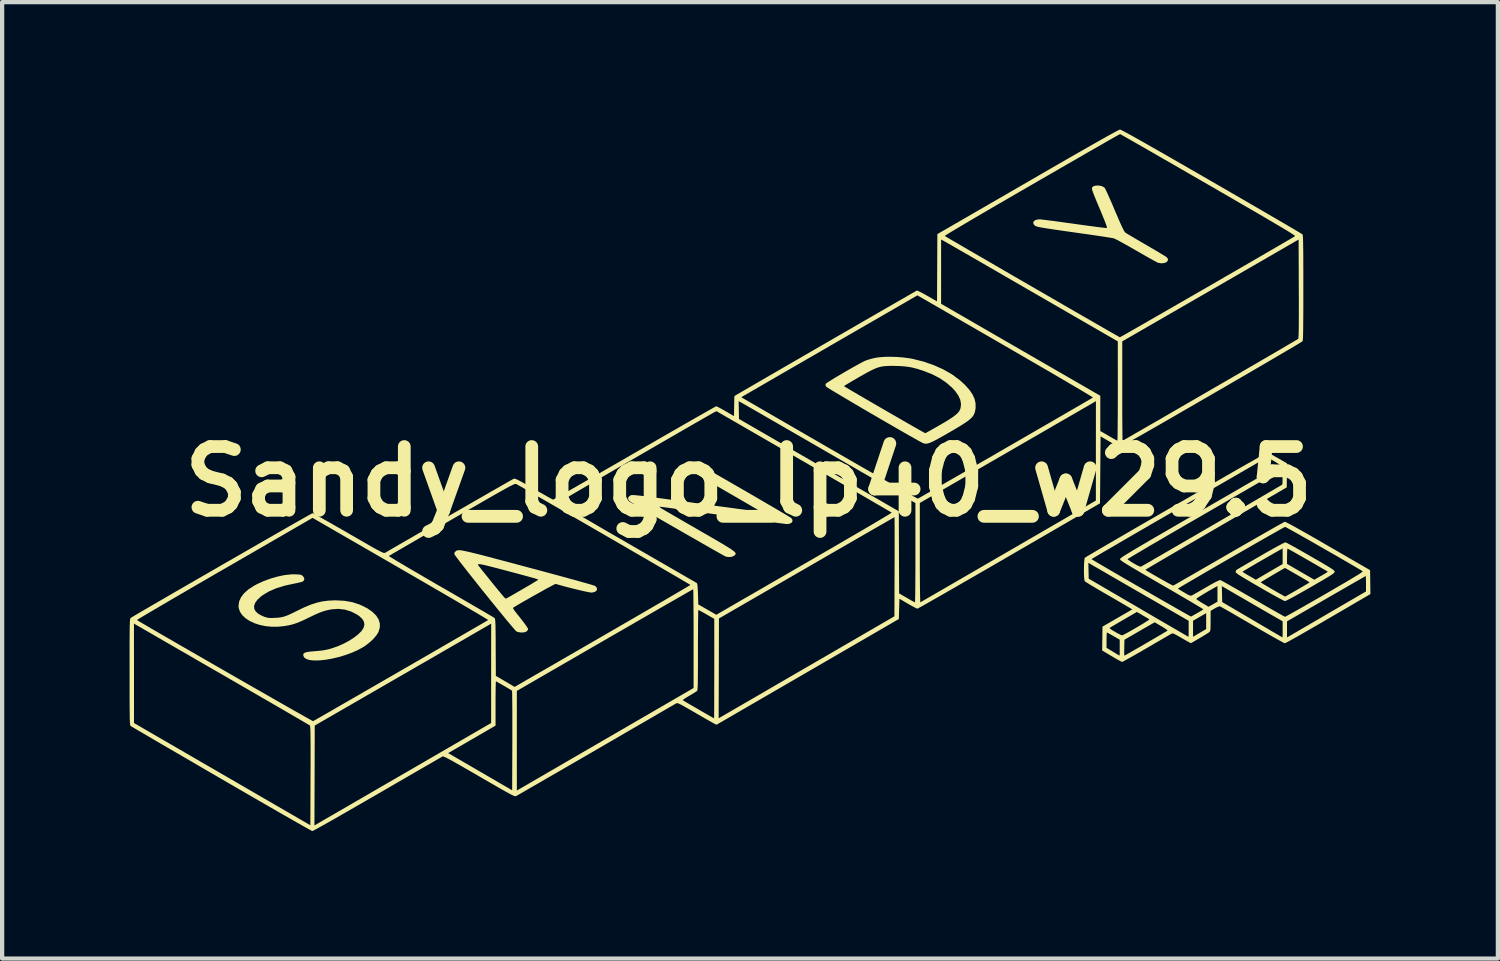
<source format=kicad_pcb>
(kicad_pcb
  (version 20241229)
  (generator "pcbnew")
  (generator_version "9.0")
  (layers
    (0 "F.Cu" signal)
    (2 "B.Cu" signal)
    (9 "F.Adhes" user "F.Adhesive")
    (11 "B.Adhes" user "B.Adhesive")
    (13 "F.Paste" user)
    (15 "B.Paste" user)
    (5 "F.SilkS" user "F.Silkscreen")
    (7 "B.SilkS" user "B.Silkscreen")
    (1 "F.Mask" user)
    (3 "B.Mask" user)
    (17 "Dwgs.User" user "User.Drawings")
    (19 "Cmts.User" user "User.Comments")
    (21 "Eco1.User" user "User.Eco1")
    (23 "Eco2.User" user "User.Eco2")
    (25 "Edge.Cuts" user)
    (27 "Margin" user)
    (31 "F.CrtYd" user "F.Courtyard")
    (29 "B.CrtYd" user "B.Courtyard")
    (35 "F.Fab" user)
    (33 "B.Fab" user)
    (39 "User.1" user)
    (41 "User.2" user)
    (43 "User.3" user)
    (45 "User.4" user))
  (footprint "Sandy_logo_lp40_w29.5"
    (layer "F.Cu")
    (at 14.573 8.282)
    (property "Reference" "Sandy_logo_lp40_w29.5" (at 0 0 0) (layer "F.SilkS") (effects (font (size 1.5 1.5) (thickness 0.3))))
    (attr board_only exclude_from_pos_files exclude_from_bom)
    (fp_poly (pts (xy 8.284 -6.958) (xy 8.339 -6.939) (xy 8.376 -6.913) (xy 8.389 -6.892) (xy 8.411 -6.847) (xy 8.442 -6.782) (xy 8.479 -6.699) (xy 8.522 -6.602) (xy 8.569 -6.495) (xy 8.614 -6.386) (xy 8.68 -6.233) (xy 8.734 -6.107) (xy 8.779 -6.008) (xy 8.815 -5.934) (xy 8.841 -5.886) (xy 8.858 -5.863) (xy 8.858 -5.863) (xy 8.879 -5.848) (xy 8.923 -5.821) (xy 8.985 -5.784) (xy 9.064 -5.737) (xy 9.155 -5.683) (xy 9.257 -5.624) (xy 9.353 -5.568) (xy 9.459 -5.506) (xy 9.559 -5.448) (xy 9.648 -5.395) (xy 9.724 -5.349) (xy 9.784 -5.313) (xy 9.823 -5.288) (xy 9.839 -5.277) (xy 9.866 -5.239) (xy 9.867 -5.204) (xy 9.846 -5.174) (xy 9.809 -5.15) (xy 9.759 -5.137) (xy 9.7 -5.135) (xy 9.637 -5.147) (xy 9.626 -5.151) (xy 9.604 -5.162) (xy 9.559 -5.186) (xy 9.495 -5.221) (xy 9.416 -5.265) (xy 9.323 -5.318) (xy 9.221 -5.376) (xy 9.117 -5.436) (xy 9.008 -5.498) (xy 8.905 -5.557) (xy 8.811 -5.609) (xy 8.729 -5.654) (xy 8.663 -5.689) (xy 8.616 -5.712) (xy 8.592 -5.722) (xy 8.567 -5.727) (xy 8.515 -5.736) (xy 8.44 -5.748) (xy 8.344 -5.763) (xy 8.23 -5.78) (xy 8.1 -5.799) (xy 7.958 -5.82) (xy 7.805 -5.841) (xy 7.66 -5.862) (xy 7.475 -5.888) (xy 7.318 -5.911) (xy 7.185 -5.93) (xy 7.074 -5.947) (xy 6.984 -5.961) (xy 6.912 -5.973) (xy 6.856 -5.983) (xy 6.814 -5.992) (xy 6.783 -6) (xy 6.761 -6.007) (xy 6.746 -6.015) (xy 6.742 -6.017) (xy 6.705 -6.055) (xy 6.696 -6.092) (xy 6.71 -6.125) (xy 6.747 -6.151) (xy 6.802 -6.166) (xy 6.852 -6.169) (xy 6.882 -6.166) (xy 6.938 -6.16) (xy 7.017 -6.15) (xy 7.115 -6.138) (xy 7.231 -6.123) (xy 7.36 -6.105) (xy 7.499 -6.086) (xy 7.645 -6.066) (xy 7.671 -6.062) (xy 7.816 -6.042) (xy 7.952 -6.023) (xy 8.077 -6.007) (xy 8.187 -5.992) (xy 8.281 -5.98) (xy 8.354 -5.972) (xy 8.404 -5.966) (xy 8.429 -5.965) (xy 8.431 -5.965) (xy 8.432 -5.978) (xy 8.423 -6.012) (xy 8.403 -6.069) (xy 8.372 -6.15) (xy 8.329 -6.255) (xy 8.275 -6.386) (xy 8.274 -6.387) (xy 8.219 -6.517) (xy 8.175 -6.623) (xy 8.141 -6.707) (xy 8.115 -6.773) (xy 8.097 -6.822) (xy 8.085 -6.859) (xy 8.08 -6.884) (xy 8.079 -6.903) (xy 8.082 -6.916) (xy 8.085 -6.922) (xy 8.115 -6.949) (xy 8.164 -6.963) (xy 8.223 -6.966)) (stroke (width 0) (type solid)) (fill yes) (layer "F.SilkS"))
    (fp_poly (pts (xy -10.609 2.189) (xy -10.563 2.193) (xy -10.533 2.201) (xy -10.51 2.214) (xy -10.496 2.226) (xy -10.465 2.268) (xy -10.461 2.31) (xy -10.482 2.345) (xy -10.491 2.352) (xy -10.518 2.363) (xy -10.568 2.377) (xy -10.632 2.391) (xy -10.7 2.405) (xy -10.923 2.453) (xy -11.12 2.514) (xy -11.29 2.587) (xy -11.433 2.672) (xy -11.479 2.706) (xy -11.563 2.783) (xy -11.617 2.858) (xy -11.642 2.929) (xy -11.639 2.996) (xy -11.606 3.058) (xy -11.544 3.114) (xy -11.454 3.164) (xy -11.394 3.188) (xy -11.347 3.202) (xy -11.304 3.211) (xy -11.253 3.214) (xy -11.187 3.213) (xy -11.151 3.211) (xy -11.078 3.207) (xy -11.013 3.198) (xy -10.952 3.185) (xy -10.887 3.164) (xy -10.814 3.134) (xy -10.727 3.093) (xy -10.62 3.04) (xy -10.457 2.961) (xy -10.31 2.9) (xy -10.172 2.855) (xy -10.039 2.824) (xy -9.902 2.806) (xy -9.756 2.799) (xy -9.72 2.798) (xy -9.516 2.809) (xy -9.328 2.842) (xy -9.153 2.899) (xy -8.989 2.98) (xy -8.969 2.991) (xy -8.855 3.072) (xy -8.769 3.157) (xy -8.712 3.246) (xy -8.683 3.34) (xy -8.683 3.436) (xy -8.712 3.536) (xy -8.721 3.556) (xy -8.766 3.626) (xy -8.832 3.703) (xy -8.913 3.78) (xy -9.005 3.853) (xy -9.072 3.898) (xy -9.197 3.967) (xy -9.338 4.03) (xy -9.49 4.085) (xy -9.648 4.133) (xy -9.806 4.17) (xy -9.961 4.197) (xy -10.105 4.212) (xy -10.235 4.214) (xy -10.338 4.203) (xy -10.413 4.179) (xy -10.462 4.144) (xy -10.482 4.106) (xy -10.485 4.074) (xy -10.476 4.049) (xy -10.449 4.031) (xy -10.403 4.017) (xy -10.333 4.006) (xy -10.244 3.998) (xy -10.127 3.988) (xy -10.031 3.977) (xy -9.949 3.963) (xy -9.874 3.946) (xy -9.798 3.923) (xy -9.794 3.922) (xy -9.655 3.872) (xy -9.521 3.812) (xy -9.397 3.744) (xy -9.286 3.672) (xy -9.192 3.598) (xy -9.118 3.525) (xy -9.07 3.454) (xy -9.066 3.446) (xy -9.046 3.374) (xy -9.055 3.306) (xy -9.093 3.239) (xy -9.16 3.175) (xy -9.208 3.14) (xy -9.351 3.065) (xy -9.5 3.018) (xy -9.655 2.999) (xy -9.807 3.009) (xy -9.886 3.023) (xy -9.962 3.041) (xy -10.039 3.065) (xy -10.124 3.098) (xy -10.221 3.141) (xy -10.338 3.197) (xy -10.356 3.206) (xy -10.472 3.262) (xy -10.57 3.305) (xy -10.655 3.338) (xy -10.735 3.364) (xy -10.817 3.384) (xy -10.906 3.4) (xy -10.915 3.402) (xy -11.07 3.419) (xy -11.222 3.42) (xy -11.369 3.406) (xy -11.506 3.378) (xy -11.633 3.337) (xy -11.746 3.284) (xy -11.842 3.221) (xy -11.919 3.149) (xy -11.974 3.069) (xy -12.004 2.982) (xy -12.009 2.927) (xy -11.994 2.824) (xy -11.95 2.726) (xy -11.878 2.631) (xy -11.776 2.541) (xy -11.645 2.456) (xy -11.577 2.419) (xy -11.419 2.346) (xy -11.252 2.285) (xy -11.083 2.237) (xy -10.919 2.203) (xy -10.766 2.187) (xy -10.677 2.186)) (stroke (width 0) (type solid)) (fill yes) (layer "F.SilkS"))
    (fp_poly (pts (xy 3.491 -2.93) (xy 3.635 -2.918) (xy 3.77 -2.901) (xy 3.86 -2.885) (xy 4.12 -2.819) (xy 4.362 -2.735) (xy 4.586 -2.634) (xy 4.789 -2.517) (xy 4.968 -2.384) (xy 5.089 -2.274) (xy 5.191 -2.16) (xy 5.266 -2.051) (xy 5.315 -1.946) (xy 5.339 -1.841) (xy 5.34 -1.732) (xy 5.336 -1.698) (xy 5.326 -1.648) (xy 5.313 -1.603) (xy 5.292 -1.56) (xy 5.263 -1.519) (xy 5.222 -1.477) (xy 5.168 -1.432) (xy 5.098 -1.383) (xy 5.01 -1.326) (xy 4.902 -1.26) (xy 4.771 -1.183) (xy 4.708 -1.147) (xy 4.581 -1.074) (xy 4.477 -1.016) (xy 4.393 -0.97) (xy 4.325 -0.936) (xy 4.27 -0.912) (xy 4.227 -0.897) (xy 4.19 -0.89) (xy 4.159 -0.889) (xy 4.129 -0.894) (xy 4.108 -0.9) (xy 4.085 -0.911) (xy 4.039 -0.935) (xy 3.973 -0.971) (xy 3.889 -1.019) (xy 3.789 -1.075) (xy 3.675 -1.14) (xy 3.549 -1.212) (xy 3.415 -1.29) (xy 3.273 -1.371) (xy 3.127 -1.456) (xy 2.978 -1.543) (xy 2.829 -1.629) (xy 2.683 -1.715) (xy 2.54 -1.799) (xy 2.404 -1.879) (xy 2.277 -1.954) (xy 2.162 -2.023) (xy 2.059 -2.084) (xy 1.972 -2.136) (xy 1.903 -2.179) (xy 1.854 -2.209) (xy 1.828 -2.227) (xy 1.824 -2.231) (xy 1.817 -2.244) (xy 2.242 -2.244) (xy 2.255 -2.235) (xy 2.29 -2.213) (xy 2.347 -2.179) (xy 2.421 -2.135) (xy 2.512 -2.082) (xy 2.616 -2.021) (xy 2.731 -1.954) (xy 2.855 -1.881) (xy 2.986 -1.806) (xy 3.12 -1.728) (xy 3.255 -1.65) (xy 3.39 -1.572) (xy 3.521 -1.497) (xy 3.646 -1.424) (xy 3.763 -1.357) (xy 3.869 -1.296) (xy 3.963 -1.243) (xy 4.04 -1.199) (xy 4.1 -1.166) (xy 4.14 -1.144) (xy 4.157 -1.136) (xy 4.157 -1.136) (xy 4.171 -1.143) (xy 4.208 -1.163) (xy 4.262 -1.193) (xy 4.332 -1.233) (xy 4.414 -1.279) (xy 4.49 -1.323) (xy 4.619 -1.398) (xy 4.723 -1.462) (xy 4.806 -1.517) (xy 4.87 -1.566) (xy 4.918 -1.61) (xy 4.952 -1.651) (xy 4.974 -1.692) (xy 4.986 -1.726) (xy 4.997 -1.822) (xy 4.979 -1.922) (xy 4.932 -2.025) (xy 4.856 -2.132) (xy 4.794 -2.2) (xy 4.656 -2.322) (xy 4.498 -2.429) (xy 4.317 -2.523) (xy 4.116 -2.602) (xy 3.971 -2.649) (xy 3.838 -2.683) (xy 3.708 -2.704) (xy 3.569 -2.716) (xy 3.422 -2.72) (xy 3.326 -2.72) (xy 3.244 -2.717) (xy 3.172 -2.711) (xy 3.105 -2.699) (xy 3.039 -2.681) (xy 2.969 -2.654) (xy 2.891 -2.618) (xy 2.801 -2.571) (xy 2.693 -2.511) (xy 2.592 -2.453) (xy 2.501 -2.4) (xy 2.418 -2.352) (xy 2.347 -2.31) (xy 2.292 -2.277) (xy 2.256 -2.254) (xy 2.242 -2.244) (xy 2.242 -2.244) (xy 1.817 -2.244) (xy 1.806 -2.264) (xy 1.81 -2.292) (xy 1.812 -2.297) (xy 1.828 -2.311) (xy 1.867 -2.338) (xy 1.924 -2.374) (xy 1.996 -2.419) (xy 2.08 -2.47) (xy 2.172 -2.524) (xy 2.268 -2.58) (xy 2.365 -2.636) (xy 2.459 -2.69) (xy 2.547 -2.739) (xy 2.625 -2.782) (xy 2.689 -2.815) (xy 2.737 -2.839) (xy 2.75 -2.844) (xy 2.806 -2.864) (xy 2.878 -2.885) (xy 2.953 -2.903) (xy 2.979 -2.909) (xy 3.082 -2.924) (xy 3.207 -2.933) (xy 3.346 -2.934)) (stroke (width 0) (type solid)) (fill yes) (layer "F.SilkS"))
    (fp_poly (pts (xy -6.804 1.619) (xy -6.77 1.622) (xy -6.726 1.629) (xy -6.671 1.64) (xy -6.603 1.655) (xy -6.522 1.674) (xy -6.424 1.698) (xy -6.309 1.727) (xy -6.174 1.762) (xy -6.019 1.803) (xy -5.842 1.85) (xy -5.64 1.903) (xy -5.413 1.964) (xy -5.208 2.019) (xy -4.969 2.082) (xy -4.744 2.143) (xy -4.537 2.199) (xy -4.346 2.251) (xy -4.175 2.298) (xy -4.024 2.339) (xy -3.895 2.376) (xy -3.788 2.406) (xy -3.705 2.43) (xy -3.648 2.448) (xy -3.618 2.459) (xy -3.614 2.461) (xy -3.578 2.499) (xy -3.57 2.538) (xy -3.585 2.573) (xy -3.622 2.599) (xy -3.679 2.614) (xy -3.706 2.615) (xy -3.738 2.612) (xy -3.793 2.601) (xy -3.868 2.585) (xy -3.958 2.565) (xy -4.058 2.541) (xy -4.163 2.515) (xy -4.269 2.488) (xy -4.371 2.461) (xy -4.465 2.434) (xy -4.544 2.411) (xy -4.559 2.417) (xy -4.598 2.436) (xy -4.654 2.466) (xy -4.726 2.505) (xy -4.81 2.55) (xy -4.902 2.602) (xy -5 2.656) (xy -5.099 2.712) (xy -5.196 2.767) (xy -5.288 2.819) (xy -5.371 2.867) (xy -5.442 2.909) (xy -5.498 2.943) (xy -5.535 2.966) (xy -5.548 2.976) (xy -5.544 2.992) (xy -5.524 3.024) (xy -5.492 3.068) (xy -5.463 3.105) (xy -5.38 3.209) (xy -5.31 3.299) (xy -5.256 3.372) (xy -5.217 3.428) (xy -5.196 3.463) (xy -5.192 3.475) (xy -5.202 3.5) (xy -5.222 3.525) (xy -5.259 3.545) (xy -5.313 3.555) (xy -5.376 3.554) (xy -5.435 3.543) (xy -5.468 3.529) (xy -5.485 3.514) (xy -5.518 3.477) (xy -5.565 3.422) (xy -5.626 3.35) (xy -5.698 3.264) (xy -5.779 3.165) (xy -5.868 3.057) (xy -5.962 2.941) (xy -6.061 2.819) (xy -6.162 2.693) (xy -6.264 2.567) (xy -6.365 2.441) (xy -6.462 2.318) (xy -6.555 2.201) (xy -6.642 2.091) (xy -6.72 1.991) (xy -6.746 1.958) (xy -6.373 1.958) (xy -6.368 1.971) (xy -6.362 1.98) (xy -6.307 2.05) (xy -6.244 2.129) (xy -6.176 2.214) (xy -6.105 2.302) (xy -6.034 2.39) (xy -5.965 2.475) (xy -5.9 2.554) (xy -5.843 2.623) (xy -5.796 2.68) (xy -5.76 2.722) (xy -5.739 2.745) (xy -5.735 2.748) (xy -5.715 2.756) (xy -5.712 2.757) (xy -5.698 2.75) (xy -5.663 2.731) (xy -5.608 2.7) (xy -5.537 2.659) (xy -5.454 2.611) (xy -5.361 2.558) (xy -5.332 2.541) (xy -5.237 2.485) (xy -5.15 2.435) (xy -5.076 2.39) (xy -5.017 2.354) (xy -4.976 2.328) (xy -4.957 2.315) (xy -4.956 2.313) (xy -4.957 2.31) (xy -4.961 2.307) (xy -4.969 2.303) (xy -4.986 2.297) (xy -5.012 2.288) (xy -5.049 2.277) (xy -5.101 2.263) (xy -5.17 2.244) (xy -5.257 2.22) (xy -5.364 2.191) (xy -5.495 2.156) (xy -5.651 2.115) (xy -5.728 2.094) (xy -5.886 2.052) (xy -6.018 2.018) (xy -6.125 1.991) (xy -6.21 1.97) (xy -6.275 1.956) (xy -6.321 1.949) (xy -6.352 1.947) (xy -6.369 1.95) (xy -6.373 1.958) (xy -6.746 1.958) (xy -6.789 1.903) (xy -6.845 1.828) (xy -6.889 1.77) (xy -6.917 1.731) (xy -6.928 1.712) (xy -6.927 1.678) (xy -6.904 1.65) (xy -6.892 1.64) (xy -6.881 1.632) (xy -6.868 1.625) (xy -6.852 1.621) (xy -6.831 1.618)) (stroke (width 0) (type solid)) (fill yes) (layer "F.SilkS"))
    (fp_poly (pts (xy -1.338 -0.454) (xy -1.321 -0.453) (xy -1.305 -0.451) (xy -1.286 -0.446) (xy -1.264 -0.439) (xy -1.237 -0.428) (xy -1.203 -0.412) (xy -1.16 -0.39) (xy -1.107 -0.362) (xy -1.042 -0.326) (xy -0.963 -0.282) (xy -0.868 -0.228) (xy -0.756 -0.164) (xy -0.625 -0.089) (xy -0.474 -0.002) (xy -0.3 0.099) (xy -0.14 0.191) (xy 0.027 0.287) (xy 0.186 0.38) (xy 0.337 0.468) (xy 0.478 0.55) (xy 0.605 0.624) (xy 0.719 0.691) (xy 0.815 0.748) (xy 0.894 0.795) (xy 0.952 0.83) (xy 0.988 0.852) (xy 0.999 0.86) (xy 1.028 0.9) (xy 1.03 0.938) (xy 1.009 0.971) (xy 0.966 0.994) (xy 0.906 1.003) (xy 0.902 1.003) (xy 0.878 1.001) (xy 0.827 0.995) (xy 0.752 0.985) (xy 0.653 0.973) (xy 0.533 0.957) (xy 0.395 0.938) (xy 0.24 0.917) (xy 0.07 0.893) (xy -0.113 0.868) (xy -0.306 0.841) (xy -0.508 0.812) (xy -0.624 0.796) (xy -0.828 0.767) (xy -1.024 0.739) (xy -1.21 0.713) (xy -1.383 0.689) (xy -1.543 0.667) (xy -1.687 0.648) (xy -1.812 0.631) (xy -1.918 0.617) (xy -2.001 0.606) (xy -2.06 0.598) (xy -2.093 0.595) (xy -2.1 0.594) (xy -2.095 0.604) (xy -2.07 0.624) (xy -2.027 0.651) (xy -1.992 0.672) (xy -1.957 0.693) (xy -1.898 0.727) (xy -1.82 0.772) (xy -1.724 0.828) (xy -1.613 0.892) (xy -1.491 0.963) (xy -1.359 1.039) (xy -1.22 1.119) (xy -1.1 1.189) (xy -0.933 1.285) (xy -0.791 1.368) (xy -0.67 1.438) (xy -0.571 1.497) (xy -0.49 1.547) (xy -0.426 1.587) (xy -0.378 1.621) (xy -0.344 1.647) (xy -0.322 1.669) (xy -0.31 1.687) (xy -0.308 1.703) (xy -0.312 1.716) (xy -0.323 1.73) (xy -0.335 1.742) (xy -0.377 1.767) (xy -0.436 1.779) (xy -0.5 1.777) (xy -0.546 1.766) (xy -0.565 1.756) (xy -0.607 1.733) (xy -0.67 1.698) (xy -0.751 1.652) (xy -0.849 1.597) (xy -0.961 1.533) (xy -1.084 1.463) (xy -1.217 1.386) (xy -1.358 1.306) (xy -1.503 1.223) (xy -1.65 1.138) (xy -1.798 1.053) (xy -1.944 0.969) (xy -2.086 0.888) (xy -2.221 0.81) (xy -2.347 0.737) (xy -2.461 0.67) (xy -2.562 0.611) (xy -2.648 0.561) (xy -2.715 0.522) (xy -2.762 0.494) (xy -2.783 0.481) (xy -2.826 0.441) (xy -2.841 0.401) (xy -2.827 0.363) (xy -2.786 0.33) (xy -2.773 0.325) (xy -2.763 0.322) (xy -2.747 0.32) (xy -2.725 0.32) (xy -2.693 0.322) (xy -2.651 0.325) (xy -2.596 0.331) (xy -2.528 0.338) (xy -2.444 0.348) (xy -2.343 0.361) (xy -2.223 0.377) (xy -2.082 0.396) (xy -1.918 0.418) (xy -1.731 0.443) (xy -1.518 0.472) (xy -1.278 0.505) (xy -1.264 0.507) (xy -1.059 0.535) (xy -0.862 0.562) (xy -0.675 0.588) (xy -0.499 0.611) (xy -0.338 0.633) (xy -0.192 0.653) (xy -0.064 0.67) (xy 0.043 0.684) (xy 0.129 0.695) (xy 0.191 0.703) (xy 0.227 0.707) (xy 0.235 0.708) (xy 0.259 0.704) (xy 0.257 0.694) (xy 0.243 0.685) (xy 0.204 0.662) (xy 0.145 0.627) (xy 0.066 0.581) (xy -0.03 0.525) (xy -0.14 0.461) (xy -0.263 0.389) (xy -0.397 0.312) (xy -0.539 0.23) (xy -0.605 0.192) (xy -0.75 0.108) (xy -0.889 0.027) (xy -1.018 -0.048) (xy -1.136 -0.118) (xy -1.24 -0.179) (xy -1.328 -0.232) (xy -1.398 -0.274) (xy -1.447 -0.305) (xy -1.475 -0.324) (xy -1.479 -0.327) (xy -1.5 -0.357) (xy -1.5 -0.381) (xy -1.479 -0.41) (xy -1.467 -0.423) (xy -1.442 -0.444) (xy -1.417 -0.454) (xy -1.381 -0.457)) (stroke (width 0) (type solid)) (fill yes) (layer "F.SilkS"))
    (fp_poly (pts (xy 12.654 1.442) (xy 12.696 1.463) (xy 12.758 1.497) (xy 12.837 1.54) (xy 12.93 1.592) (xy 13.035 1.652) (xy 13.149 1.717) (xy 13.229 1.763) (xy 13.364 1.841) (xy 13.477 1.906) (xy 13.567 1.96) (xy 13.639 2.003) (xy 13.694 2.037) (xy 13.734 2.063) (xy 13.762 2.084) (xy 13.779 2.099) (xy 13.788 2.112) (xy 13.791 2.122) (xy 13.791 2.124) (xy 13.789 2.135) (xy 13.782 2.146) (xy 13.767 2.161) (xy 13.743 2.18) (xy 13.707 2.204) (xy 13.656 2.236) (xy 13.59 2.276) (xy 13.505 2.327) (xy 13.399 2.388) (xy 13.271 2.463) (xy 13.224 2.49) (xy 13.105 2.558) (xy 12.993 2.621) (xy 12.891 2.678) (xy 12.801 2.728) (xy 12.727 2.767) (xy 12.67 2.796) (xy 12.635 2.813) (xy 12.623 2.817) (xy 12.604 2.809) (xy 12.562 2.789) (xy 12.499 2.756) (xy 12.42 2.713) (xy 12.326 2.661) (xy 12.221 2.602) (xy 12.107 2.537) (xy 12.025 2.489) (xy 11.887 2.409) (xy 11.828 2.375) (xy 12.051 2.375) (xy 12.064 2.384) (xy 12.097 2.405) (xy 12.147 2.436) (xy 12.21 2.473) (xy 12.281 2.515) (xy 12.355 2.558) (xy 12.428 2.6) (xy 12.496 2.639) (xy 12.554 2.671) (xy 12.598 2.695) (xy 12.623 2.708) (xy 12.628 2.709) (xy 12.642 2.701) (xy 12.679 2.681) (xy 12.733 2.65) (xy 12.802 2.611) (xy 12.881 2.566) (xy 12.919 2.544) (xy 13 2.497) (xy 13.073 2.454) (xy 13.133 2.419) (xy 13.175 2.392) (xy 13.198 2.377) (xy 13.201 2.375) (xy 13.188 2.366) (xy 13.154 2.344) (xy 13.101 2.312) (xy 13.034 2.273) (xy 12.955 2.227) (xy 12.911 2.201) (xy 12.621 2.035) (xy 12.336 2.201) (xy 12.254 2.25) (xy 12.181 2.293) (xy 12.121 2.329) (xy 12.078 2.356) (xy 12.054 2.372) (xy 12.051 2.375) (xy 11.828 2.375) (xy 11.773 2.342) (xy 11.68 2.287) (xy 11.607 2.243) (xy 11.551 2.208) (xy 11.511 2.181) (xy 11.484 2.16) (xy 11.468 2.145) (xy 11.461 2.134) (xy 11.461 2.13) (xy 11.462 2.125) (xy 11.623 2.125) (xy 11.635 2.135) (xy 11.668 2.157) (xy 11.717 2.187) (xy 11.776 2.221) (xy 11.78 2.223) (xy 11.936 2.313) (xy 12.049 2.247) (xy 12.103 2.215) (xy 12.175 2.173) (xy 12.256 2.125) (xy 12.338 2.077) (xy 12.364 2.062) (xy 12.567 1.944) (xy 12.567 1.76) (xy 12.567 1.758) (xy 12.67 1.758) (xy 12.67 1.94) (xy 12.991 2.127) (xy 13.312 2.313) (xy 13.371 2.28) (xy 13.414 2.255) (xy 13.471 2.223) (xy 13.529 2.19) (xy 13.53 2.189) (xy 13.577 2.162) (xy 13.612 2.139) (xy 13.629 2.126) (xy 13.629 2.125) (xy 13.617 2.116) (xy 13.583 2.095) (xy 13.529 2.064) (xy 13.461 2.024) (xy 13.38 1.977) (xy 13.292 1.926) (xy 13.198 1.872) (xy 13.102 1.817) (xy 13.009 1.763) (xy 12.921 1.713) (xy 12.842 1.668) (xy 12.775 1.631) (xy 12.724 1.602) (xy 12.692 1.585) (xy 12.683 1.581) (xy 12.678 1.593) (xy 12.674 1.629) (xy 12.672 1.683) (xy 12.671 1.751) (xy 12.67 1.758) (xy 12.567 1.758) (xy 12.567 1.576) (xy 12.467 1.632) (xy 12.374 1.685) (xy 12.274 1.742) (xy 12.172 1.801) (xy 12.069 1.86) (xy 11.97 1.917) (xy 11.877 1.972) (xy 11.794 2.02) (xy 11.724 2.062) (xy 11.67 2.095) (xy 11.636 2.116) (xy 11.623 2.125) (xy 11.462 2.125) (xy 11.469 2.098) (xy 11.479 2.083) (xy 11.496 2.073) (xy 11.535 2.049) (xy 11.594 2.014) (xy 11.671 1.969) (xy 11.762 1.916) (xy 11.866 1.856) (xy 11.978 1.791) (xy 12.051 1.749) (xy 12.192 1.667) (xy 12.317 1.597) (xy 12.423 1.538) (xy 12.51 1.492) (xy 12.575 1.458) (xy 12.617 1.439) (xy 12.635 1.434)) (stroke (width 0) (type solid)) (fill yes) (layer "F.SilkS"))
    (fp_poly (pts (xy 12.226 -0.671) (xy 12.268 -0.652) (xy 12.325 -0.622) (xy 12.394 -0.584) (xy 12.451 -0.552) (xy 12.671 -0.425) (xy 12.667 -0.142) (xy 12.663 0.14) (xy 11 1.106) (xy 10.796 1.224) (xy 10.6 1.339) (xy 10.412 1.448) (xy 10.234 1.552) (xy 10.068 1.649) (xy 9.915 1.738) (xy 9.776 1.819) (xy 9.654 1.891) (xy 9.55 1.952) (xy 9.464 2.003) (xy 9.4 2.041) (xy 9.357 2.067) (xy 9.338 2.079) (xy 9.337 2.079) (xy 9.349 2.089) (xy 9.383 2.111) (xy 9.435 2.142) (xy 9.499 2.18) (xy 9.573 2.223) (xy 9.652 2.268) (xy 9.731 2.313) (xy 9.807 2.355) (xy 9.875 2.393) (xy 9.931 2.423) (xy 9.971 2.443) (xy 9.99 2.452) (xy 9.991 2.452) (xy 10.006 2.444) (xy 10.044 2.422) (xy 10.104 2.388) (xy 10.185 2.341) (xy 10.284 2.284) (xy 10.4 2.218) (xy 10.532 2.142) (xy 10.677 2.058) (xy 10.833 1.968) (xy 11 1.872) (xy 11.175 1.771) (xy 11.297 1.7) (xy 11.477 1.596) (xy 11.65 1.497) (xy 11.815 1.402) (xy 11.969 1.314) (xy 12.111 1.233) (xy 12.239 1.16) (xy 12.351 1.096) (xy 12.447 1.042) (xy 12.523 1) (xy 12.578 0.969) (xy 12.611 0.952) (xy 12.619 0.949) (xy 12.637 0.955) (xy 12.68 0.976) (xy 12.746 1.011) (xy 12.833 1.058) (xy 12.942 1.119) (xy 13.071 1.191) (xy 13.218 1.275) (xy 13.383 1.369) (xy 13.564 1.474) (xy 13.637 1.516) (xy 14.625 2.088) (xy 14.629 2.37) (xy 14.633 2.651) (xy 13.641 3.23) (xy 13.483 3.322) (xy 13.333 3.409) (xy 13.192 3.49) (xy 13.061 3.565) (xy 12.944 3.632) (xy 12.841 3.69) (xy 12.756 3.737) (xy 12.689 3.774) (xy 12.643 3.798) (xy 12.621 3.808) (xy 12.619 3.809) (xy 12.601 3.801) (xy 12.56 3.78) (xy 12.499 3.747) (xy 12.419 3.703) (xy 12.323 3.649) (xy 12.213 3.586) (xy 12.092 3.517) (xy 11.963 3.441) (xy 11.852 3.377) (xy 11.717 3.298) (xy 11.589 3.224) (xy 11.471 3.155) (xy 11.364 3.093) (xy 11.271 3.04) (xy 11.195 2.997) (xy 11.138 2.965) (xy 11.102 2.945) (xy 11.09 2.939) (xy 11.066 2.943) (xy 11.025 2.959) (xy 10.976 2.985) (xy 10.968 2.989) (xy 10.872 3.046) (xy 10.871 3.283) (xy 10.871 3.374) (xy 10.869 3.439) (xy 10.867 3.484) (xy 10.862 3.514) (xy 10.855 3.532) (xy 10.845 3.543) (xy 10.824 3.558) (xy 10.784 3.584) (xy 10.731 3.617) (xy 10.669 3.655) (xy 10.604 3.694) (xy 10.54 3.731) (xy 10.484 3.764) (xy 10.44 3.789) (xy 10.412 3.803) (xy 10.407 3.806) (xy 10.391 3.799) (xy 10.355 3.779) (xy 10.302 3.75) (xy 10.237 3.713) (xy 10.19 3.685) (xy 10.112 3.641) (xy 10.056 3.61) (xy 10.017 3.59) (xy 9.99 3.579) (xy 9.971 3.577) (xy 9.956 3.581) (xy 9.944 3.588) (xy 9.923 3.6) (xy 9.879 3.625) (xy 9.816 3.662) (xy 9.736 3.708) (xy 9.642 3.763) (xy 9.536 3.824) (xy 9.423 3.891) (xy 9.356 3.929) (xy 9.24 3.997) (xy 9.131 4.059) (xy 9.033 4.115) (xy 8.947 4.163) (xy 8.877 4.202) (xy 8.826 4.23) (xy 8.795 4.245) (xy 8.788 4.248) (xy 8.77 4.241) (xy 8.731 4.22) (xy 8.675 4.19) (xy 8.608 4.151) (xy 8.544 4.113) (xy 8.319 3.979) (xy 8.322 3.736) (xy 8.422 3.736) (xy 8.422 3.916) (xy 8.574 4.008) (xy 8.632 4.043) (xy 8.681 4.073) (xy 8.715 4.092) (xy 8.728 4.1) (xy 8.728 4.1) (xy 8.73 4.086) (xy 8.731 4.049) (xy 8.732 3.993) (xy 8.732 3.984) (xy 8.838 3.984) (xy 8.838 4.042) (xy 8.839 4.083) (xy 8.842 4.1) (xy 8.842 4.101) (xy 8.856 4.093) (xy 8.893 4.073) (xy 8.949 4.041) (xy 9.023 3.999) (xy 9.111 3.948) (xy 9.211 3.891) (xy 9.319 3.828) (xy 9.348 3.811) (xy 9.458 3.747) (xy 9.561 3.687) (xy 9.653 3.633) (xy 9.731 3.587) (xy 9.793 3.55) (xy 9.836 3.525) (xy 9.856 3.512) (xy 9.858 3.511) (xy 9.851 3.5) (xy 9.822 3.477) (xy 9.777 3.447) (xy 9.719 3.411) (xy 9.712 3.408) (xy 9.555 3.315) (xy 9.501 3.346) (xy 9.473 3.362) (xy 9.424 3.39) (xy 9.358 3.428) (xy 9.28 3.473) (xy 9.194 3.523) (xy 9.145 3.551) (xy 8.843 3.726) (xy 8.839 3.913) (xy 8.838 3.984) (xy 8.732 3.984) (xy 8.732 3.924) (xy 8.732 3.913) (xy 8.732 3.724) (xy 8.585 3.64) (xy 8.527 3.606) (xy 8.478 3.579) (xy 8.444 3.561) (xy 8.431 3.555) (xy 8.428 3.569) (xy 8.425 3.606) (xy 8.423 3.662) (xy 8.422 3.731) (xy 8.422 3.736) (xy 8.322 3.736) (xy 8.323 3.698) (xy 8.326 3.449) (xy 8.493 3.449) (xy 8.5 3.46) (xy 8.527 3.481) (xy 8.569 3.509) (xy 8.62 3.539) (xy 8.673 3.569) (xy 8.723 3.595) (xy 8.764 3.614) (xy 8.79 3.622) (xy 8.794 3.622) (xy 8.813 3.613) (xy 8.854 3.592) (xy 8.913 3.56) (xy 8.986 3.519) (xy 9.069 3.472) (xy 9.13 3.436) (xy 9.216 3.386) (xy 9.292 3.34) (xy 9.354 3.301) (xy 9.4 3.271) (xy 9.426 3.252) (xy 9.43 3.245) (xy 9.413 3.234) (xy 9.376 3.212) (xy 9.325 3.182) (xy 9.277 3.154) (xy 9.136 3.072) (xy 8.82 3.255) (xy 8.732 3.306) (xy 8.653 3.353) (xy 8.586 3.392) (xy 8.535 3.423) (xy 8.503 3.442) (xy 8.493 3.449) (xy 8.326 3.449) (xy 8.327 3.417) (xy 8.678 3.214) (xy 9.029 3.011) (xy 8.855 2.909) (xy 8.795 2.874) (xy 8.715 2.827) (xy 8.62 2.772) (xy 8.516 2.711) (xy 8.408 2.649) (xy 8.304 2.589) (xy 8.208 2.533) (xy 8.12 2.48) (xy 8.042 2.434) (xy 7.98 2.395) (xy 7.935 2.367) (xy 7.912 2.35) (xy 7.91 2.348) (xy 7.902 2.324) (xy 7.896 2.276) (xy 7.892 2.212) (xy 7.89 2.137) (xy 7.89 2.057) (xy 7.892 1.978) (xy 7.894 1.914) (xy 7.994 1.914) (xy 7.998 2.101) (xy 8.002 2.288) (xy 9.175 2.972) (xy 9.345 3.072) (xy 9.508 3.167) (xy 9.662 3.257) (xy 9.805 3.34) (xy 9.936 3.416) (xy 10.052 3.483) (xy 10.151 3.541) (xy 10.233 3.589) (xy 10.294 3.624) (xy 10.334 3.648) (xy 10.351 3.657) (xy 10.351 3.657) (xy 10.352 3.644) (xy 10.354 3.606) (xy 10.354 3.55) (xy 10.355 3.481) (xy 10.355 3.469) (xy 10.355 3.279) (xy 10.354 3.279) (xy 10.458 3.279) (xy 10.458 3.468) (xy 10.458 3.657) (xy 10.612 3.565) (xy 10.767 3.474) (xy 10.767 3.287) (xy 10.768 3.1) (xy 10.613 3.189) (xy 10.458 3.279) (xy 10.354 3.279) (xy 9.599 2.843) (xy 9.461 2.763) (xy 9.329 2.688) (xy 9.207 2.617) (xy 9.095 2.553) (xy 8.998 2.497) (xy 8.917 2.45) (xy 8.854 2.414) (xy 8.813 2.39) (xy 8.795 2.38) (xy 8.758 2.358) (xy 8.702 2.326) (xy 8.631 2.285) (xy 8.55 2.238) (xy 8.462 2.187) (xy 8.373 2.135) (xy 8.287 2.085) (xy 8.207 2.039) (xy 8.139 2) (xy 8.087 1.969) (xy 8.054 1.95) (xy 8.05 1.947) (xy 7.994 1.914) (xy 7.894 1.914) (xy 7.895 1.906) (xy 7.9 1.848) (xy 7.903 1.828) (xy 8.069 1.828) (xy 8.081 1.837) (xy 8.117 1.859) (xy 8.174 1.893) (xy 8.25 1.938) (xy 8.343 1.992) (xy 8.451 2.055) (xy 8.571 2.125) (xy 8.702 2.201) (xy 8.84 2.282) (xy 8.985 2.365) (xy 9.133 2.451) (xy 9.283 2.537) (xy 9.433 2.623) (xy 9.579 2.708) (xy 9.72 2.789) (xy 9.855 2.866) (xy 9.98 2.937) (xy 10.093 3.002) (xy 10.193 3.059) (xy 10.276 3.106) (xy 10.342 3.143) (xy 10.387 3.168) (xy 10.41 3.179) (xy 10.413 3.18) (xy 10.428 3.172) (xy 10.464 3.151) (xy 10.513 3.123) (xy 10.558 3.098) (xy 10.615 3.065) (xy 10.661 3.037) (xy 10.691 3.017) (xy 10.701 3.01) (xy 10.689 3.002) (xy 10.654 2.979) (xy 10.597 2.945) (xy 10.52 2.899) (xy 10.426 2.843) (xy 10.316 2.778) (xy 10.295 2.766) (xy 10.535 2.766) (xy 10.548 2.779) (xy 10.581 2.803) (xy 10.63 2.834) (xy 10.678 2.864) (xy 10.735 2.897) (xy 10.781 2.925) (xy 10.812 2.943) (xy 10.822 2.949) (xy 10.835 2.942) (xy 10.867 2.925) (xy 10.912 2.899) (xy 10.929 2.89) (xy 11.033 2.83) (xy 11.033 2.645) (xy 11.033 2.464) (xy 11.136 2.464) (xy 11.14 2.651) (xy 11.144 2.839) (xy 11.852 3.254) (xy 11.984 3.332) (xy 12.107 3.404) (xy 12.221 3.471) (xy 12.322 3.531) (xy 12.409 3.581) (xy 12.479 3.622) (xy 12.529 3.651) (xy 12.558 3.668) (xy 12.564 3.671) (xy 12.565 3.658) (xy 12.566 3.621) (xy 12.567 3.565) (xy 12.567 3.496) (xy 12.567 3.483) (xy 12.567 3.293) (xy 12.67 3.293) (xy 12.67 3.482) (xy 12.67 3.672) (xy 12.853 3.565) (xy 12.9 3.538) (xy 12.969 3.497) (xy 13.058 3.445) (xy 13.164 3.384) (xy 13.282 3.315) (xy 13.412 3.24) (xy 13.548 3.16) (xy 13.689 3.078) (xy 13.782 3.024) (xy 14.529 2.589) (xy 14.529 2.408) (xy 14.528 2.339) (xy 14.527 2.282) (xy 14.525 2.243) (xy 14.522 2.227) (xy 14.522 2.227) (xy 14.509 2.234) (xy 14.471 2.255) (xy 14.413 2.289) (xy 14.335 2.333) (xy 14.239 2.388) (xy 14.129 2.451) (xy 14.005 2.523) (xy 13.869 2.601) (xy 13.724 2.684) (xy 13.593 2.76) (xy 12.67 3.293) (xy 12.567 3.293) (xy 12.567 3.292) (xy 12.069 3.005) (xy 11.948 2.935) (xy 11.825 2.864) (xy 11.705 2.794) (xy 11.593 2.729) (xy 11.493 2.672) (xy 11.41 2.623) (xy 11.354 2.591) (xy 11.136 2.464) (xy 11.033 2.464) (xy 11.033 2.461) (xy 10.948 2.509) (xy 10.817 2.584) (xy 10.712 2.646) (xy 10.632 2.695) (xy 10.576 2.731) (xy 10.544 2.754) (xy 10.535 2.766) (xy 10.295 2.766) (xy 10.191 2.705) (xy 10.055 2.625) (xy 9.909 2.54) (xy 9.877 2.522) (xy 10.104 2.522) (xy 10.116 2.532) (xy 10.149 2.554) (xy 10.197 2.583) (xy 10.252 2.615) (xy 10.315 2.652) (xy 10.359 2.675) (xy 10.389 2.687) (xy 10.41 2.689) (xy 10.428 2.684) (xy 10.44 2.679) (xy 10.464 2.665) (xy 10.509 2.639) (xy 10.572 2.604) (xy 10.647 2.56) (xy 10.731 2.512) (xy 10.775 2.486) (xy 10.88 2.426) (xy 10.967 2.378) (xy 11.034 2.345) (xy 11.079 2.325) (xy 11.1 2.321) (xy 11.117 2.329) (xy 11.158 2.351) (xy 11.22 2.385) (xy 11.3 2.43) (xy 11.396 2.485) (xy 11.506 2.547) (xy 11.627 2.617) (xy 11.757 2.692) (xy 11.867 2.755) (xy 12.002 2.834) (xy 12.13 2.908) (xy 12.248 2.976) (xy 12.354 3.036) (xy 12.446 3.088) (xy 12.521 3.13) (xy 12.577 3.162) (xy 12.612 3.18) (xy 12.623 3.185) (xy 12.639 3.178) (xy 12.678 3.157) (xy 12.739 3.124) (xy 12.818 3.08) (xy 12.915 3.025) (xy 13.027 2.962) (xy 13.152 2.89) (xy 13.289 2.812) (xy 13.434 2.729) (xy 13.556 2.659) (xy 13.741 2.552) (xy 13.901 2.458) (xy 14.039 2.378) (xy 14.154 2.31) (xy 14.248 2.253) (xy 14.323 2.208) (xy 14.38 2.172) (xy 14.419 2.145) (xy 14.443 2.127) (xy 14.451 2.117) (xy 14.451 2.115) (xy 14.433 2.103) (xy 14.393 2.078) (xy 14.332 2.042) (xy 14.254 1.996) (xy 14.16 1.941) (xy 14.054 1.88) (xy 13.937 1.812) (xy 13.813 1.74) (xy 13.683 1.666) (xy 13.55 1.59) (xy 13.418 1.514) (xy 13.287 1.439) (xy 13.162 1.368) (xy 13.043 1.301) (xy 12.935 1.239) (xy 12.839 1.185) (xy 12.757 1.14) (xy 12.693 1.104) (xy 12.649 1.081) (xy 12.627 1.07) (xy 12.626 1.069) (xy 12.61 1.077) (xy 12.571 1.097) (xy 12.512 1.13) (xy 12.433 1.175) (xy 12.337 1.229) (xy 12.226 1.291) (xy 12.103 1.362) (xy 11.969 1.438) (xy 11.827 1.52) (xy 11.678 1.605) (xy 11.525 1.693) (xy 11.369 1.782) (xy 11.214 1.872) (xy 11.061 1.96) (xy 10.911 2.047) (xy 10.769 2.129) (xy 10.634 2.208) (xy 10.51 2.28) (xy 10.399 2.345) (xy 10.302 2.402) (xy 10.222 2.449) (xy 10.161 2.485) (xy 10.121 2.51) (xy 10.104 2.521) (xy 10.104 2.522) (xy 9.877 2.522) (xy 9.754 2.451) (xy 9.723 2.433) (xy 9.54 2.327) (xy 9.38 2.234) (xy 9.243 2.155) (xy 9.127 2.086) (xy 9.03 2.029) (xy 8.95 1.981) (xy 8.886 1.942) (xy 8.836 1.91) (xy 8.798 1.885) (xy 8.771 1.866) (xy 8.754 1.851) (xy 8.744 1.84) (xy 8.74 1.832) (xy 8.74 1.829) (xy 8.917 1.829) (xy 8.929 1.842) (xy 8.961 1.865) (xy 9.009 1.897) (xy 9.064 1.93) (xy 9.131 1.968) (xy 9.178 1.991) (xy 9.209 2.003) (xy 9.231 2.004) (xy 9.241 2.001) (xy 9.257 1.992) (xy 9.297 1.969) (xy 9.36 1.933) (xy 9.444 1.885) (xy 9.546 1.825) (xy 9.667 1.756) (xy 9.804 1.676) (xy 9.955 1.589) (xy 10.12 1.493) (xy 10.296 1.391) (xy 10.483 1.283) (xy 10.678 1.17) (xy 10.88 1.053) (xy 10.908 1.036) (xy 11.11 0.919) (xy 11.306 0.805) (xy 11.493 0.697) (xy 11.669 0.594) (xy 11.835 0.498) (xy 11.987 0.409) (xy 12.124 0.329) (xy 12.245 0.258) (xy 12.349 0.198) (xy 12.433 0.148) (xy 12.497 0.111) (xy 12.538 0.086) (xy 12.556 0.075) (xy 12.557 0.075) (xy 12.561 0.057) (xy 12.564 0.015) (xy 12.565 -0.044) (xy 12.564 -0.113) (xy 12.564 -0.114) (xy 12.56 -0.292) (xy 10.738 0.761) (xy 10.525 0.885) (xy 10.318 1.004) (xy 10.12 1.119) (xy 9.932 1.228) (xy 9.756 1.331) (xy 9.592 1.427) (xy 9.442 1.514) (xy 9.309 1.593) (xy 9.192 1.662) (xy 9.094 1.72) (xy 9.016 1.766) (xy 8.96 1.801) (xy 8.926 1.822) (xy 8.917 1.829) (xy 8.74 1.829) (xy 8.74 1.829) (xy 8.741 1.823) (xy 8.748 1.814) (xy 8.76 1.803) (xy 8.78 1.788) (xy 8.807 1.769) (xy 8.844 1.745) (xy 8.891 1.715) (xy 8.951 1.679) (xy 9.023 1.635) (xy 9.109 1.584) (xy 9.211 1.524) (xy 9.329 1.455) (xy 9.464 1.375) (xy 9.619 1.285) (xy 9.794 1.184) (xy 9.99 1.07) (xy 10.208 0.944) (xy 10.45 0.804) (xy 10.616 0.708) (xy 10.832 0.583) (xy 11.042 0.461) (xy 11.244 0.345) (xy 11.436 0.234) (xy 11.616 0.129) (xy 11.784 0.032) (xy 11.938 -0.057) (xy 12.076 -0.137) (xy 12.197 -0.208) (xy 12.3 -0.268) (xy 12.384 -0.316) (xy 12.446 -0.353) (xy 12.485 -0.376) (xy 12.501 -0.385) (xy 12.501 -0.386) (xy 12.492 -0.396) (xy 12.463 -0.418) (xy 12.417 -0.447) (xy 12.359 -0.482) (xy 12.357 -0.483) (xy 12.204 -0.57) (xy 10.136 0.625) (xy 9.909 0.757) (xy 9.688 0.884) (xy 9.476 1.007) (xy 9.273 1.125) (xy 9.081 1.236) (xy 8.902 1.34) (xy 8.737 1.436) (xy 8.586 1.524) (xy 8.452 1.602) (xy 8.336 1.669) (xy 8.239 1.726) (xy 8.163 1.771) (xy 8.108 1.804) (xy 8.076 1.823) (xy 8.069 1.828) (xy 7.903 1.828) (xy 7.907 1.808) (xy 7.912 1.796) (xy 7.928 1.785) (xy 7.968 1.761) (xy 8.03 1.724) (xy 8.113 1.675) (xy 8.214 1.615) (xy 8.333 1.546) (xy 8.468 1.467) (xy 8.617 1.381) (xy 8.778 1.287) (xy 8.95 1.187) (xy 9.131 1.082) (xy 9.32 0.973) (xy 9.515 0.86) (xy 9.715 0.745) (xy 9.917 0.628) (xy 10.12 0.511) (xy 10.323 0.395) (xy 10.524 0.279) (xy 10.72 0.166) (xy 10.912 0.056) (xy 11.097 -0.05) (xy 11.272 -0.151) (xy 11.438 -0.246) (xy 11.592 -0.334) (xy 11.733 -0.414) (xy 11.858 -0.485) (xy 11.967 -0.547) (xy 12.057 -0.598) (xy 12.127 -0.637) (xy 12.176 -0.664) (xy 12.201 -0.677) (xy 12.205 -0.679)) (stroke (width 0) (type solid)) (fill yes) (layer "F.SilkS"))
    (fp_poly (pts (xy 8.754 -8.277) (xy 8.786 -8.263) (xy 8.834 -8.237) (xy 8.901 -8.201) (xy 8.987 -8.155) (xy 9.092 -8.096) (xy 9.216 -8.026) (xy 9.362 -7.944) (xy 9.528 -7.849) (xy 9.717 -7.741) (xy 9.928 -7.62) (xy 10.162 -7.486) (xy 10.42 -7.337) (xy 10.702 -7.175) (xy 10.9 -7.06) (xy 11.131 -6.927) (xy 11.355 -6.797) (xy 11.571 -6.672) (xy 11.778 -6.552) (xy 11.973 -6.439) (xy 12.156 -6.332) (xy 12.326 -6.233) (xy 12.481 -6.143) (xy 12.62 -6.062) (xy 12.741 -5.991) (xy 12.843 -5.931) (xy 12.925 -5.882) (xy 12.985 -5.846) (xy 13.023 -5.823) (xy 13.036 -5.814) (xy 13.039 -5.804) (xy 13.042 -5.781) (xy 13.045 -5.744) (xy 13.047 -5.692) (xy 13.049 -5.622) (xy 13.05 -5.534) (xy 13.052 -5.425) (xy 13.053 -5.294) (xy 13.053 -5.14) (xy 13.054 -4.961) (xy 13.054 -4.755) (xy 13.054 -4.558) (xy 13.054 -4.328) (xy 13.054 -4.126) (xy 13.053 -3.951) (xy 13.052 -3.8) (xy 13.051 -3.673) (xy 13.05 -3.567) (xy 13.048 -3.481) (xy 13.047 -3.414) (xy 13.044 -3.364) (xy 13.042 -3.329) (xy 13.038 -3.308) (xy 13.036 -3.3) (xy 13.02 -3.29) (xy 12.981 -3.265) (xy 12.92 -3.228) (xy 12.838 -3.179) (xy 12.737 -3.119) (xy 12.618 -3.05) (xy 12.484 -2.971) (xy 12.336 -2.884) (xy 12.174 -2.789) (xy 12.002 -2.689) (xy 11.821 -2.583) (xy 11.632 -2.473) (xy 11.437 -2.36) (xy 11.238 -2.244) (xy 11.035 -2.127) (xy 10.832 -2.009) (xy 10.629 -1.892) (xy 10.428 -1.775) (xy 10.231 -1.662) (xy 10.04 -1.551) (xy 9.855 -1.444) (xy 9.679 -1.343) (xy 9.513 -1.248) (xy 9.359 -1.159) (xy 9.218 -1.079) (xy 9.093 -1.008) (xy 8.984 -0.946) (xy 8.894 -0.895) (xy 8.824 -0.856) (xy 8.775 -0.829) (xy 8.75 -0.817) (xy 8.747 -0.815) (xy 8.719 -0.82) (xy 8.672 -0.84) (xy 8.604 -0.875) (xy 8.513 -0.926) (xy 8.496 -0.936) (xy 8.282 -1.061) (xy 8.275 -0.273) (xy 8.268 0.515) (xy 6.131 1.755) (xy 5.9 1.889) (xy 5.675 2.02) (xy 5.458 2.145) (xy 5.25 2.265) (xy 5.053 2.378) (xy 4.869 2.485) (xy 4.697 2.583) (xy 4.541 2.673) (xy 4.4 2.753) (xy 4.277 2.823) (xy 4.173 2.883) (xy 4.089 2.93) (xy 4.026 2.965) (xy 3.986 2.987) (xy 3.971 2.994) (xy 3.97 2.994) (xy 3.95 2.987) (xy 3.909 2.967) (xy 3.852 2.937) (xy 3.786 2.9) (xy 3.747 2.878) (xy 3.547 2.761) (xy 3.54 2.999) (xy 3.533 3.238) (xy 1.388 4.482) (xy -0.757 5.726) (xy -0.805 5.704) (xy -0.829 5.691) (xy -0.875 5.665) (xy -0.94 5.628) (xy -1.02 5.583) (xy -1.111 5.53) (xy -1.211 5.473) (xy -1.263 5.442) (xy -1.376 5.377) (xy -1.467 5.325) (xy -1.537 5.285) (xy -1.591 5.255) (xy -1.631 5.236) (xy -1.659 5.224) (xy -1.679 5.219) (xy -1.694 5.219) (xy -1.705 5.223) (xy -1.71 5.226) (xy -1.727 5.236) (xy -1.768 5.259) (xy -1.832 5.296) (xy -1.917 5.345) (xy -2.021 5.406) (xy -2.144 5.477) (xy -2.283 5.558) (xy -2.438 5.648) (xy -2.607 5.746) (xy -2.788 5.85) (xy -2.98 5.962) (xy -3.181 6.079) (xy -3.39 6.2) (xy -3.595 6.319) (xy -3.81 6.444) (xy -4.019 6.565) (xy -4.22 6.681) (xy -4.411 6.792) (xy -4.592 6.896) (xy -4.76 6.993) (xy -4.913 7.082) (xy -5.052 7.162) (xy -5.174 7.232) (xy -5.277 7.292) (xy -5.36 7.34) (xy -5.423 7.376) (xy -5.463 7.398) (xy -5.478 7.407) (xy -5.487 7.409) (xy -5.499 7.408) (xy -5.517 7.403) (xy -5.542 7.394) (xy -5.576 7.378) (xy -5.62 7.355) (xy -5.678 7.323) (xy -5.751 7.283) (xy -5.84 7.233) (xy -5.947 7.171) (xy -6.075 7.097) (xy -6.225 7.011) (xy -6.345 6.941) (xy -6.515 6.842) (xy -6.662 6.758) (xy -6.787 6.686) (xy -6.891 6.627) (xy -6.977 6.578) (xy -7.047 6.541) (xy -7.101 6.512) (xy -7.142 6.492) (xy -7.172 6.479) (xy -7.192 6.473) (xy -7.203 6.472) (xy -7.205 6.473) (xy -7.222 6.482) (xy -7.262 6.505) (xy -7.325 6.541) (xy -7.408 6.589) (xy -7.51 6.648) (xy -7.63 6.717) (xy -7.765 6.795) (xy -7.915 6.882) (xy -8.077 6.976) (xy -8.251 7.076) (xy -8.433 7.182) (xy -8.624 7.293) (xy -8.737 7.359) (xy -8.932 7.471) (xy -9.119 7.579) (xy -9.298 7.682) (xy -9.467 7.779) (xy -9.624 7.869) (xy -9.768 7.952) (xy -9.898 8.025) (xy -10.01 8.088) (xy -10.105 8.141) (xy -10.18 8.183) (xy -10.234 8.211) (xy -10.265 8.227) (xy -10.272 8.229) (xy -10.288 8.222) (xy -10.328 8.2) (xy -10.391 8.165) (xy -10.475 8.118) (xy -10.512 8.097) (xy -10.222 8.097) (xy -9.988 7.961) (xy -9.947 7.937) (xy -9.883 7.9) (xy -9.796 7.85) (xy -9.689 7.788) (xy -9.563 7.715) (xy -9.42 7.632) (xy -9.262 7.54) (xy -9.089 7.44) (xy -8.905 7.333) (xy -8.71 7.22) (xy -8.506 7.102) (xy -8.295 6.98) (xy -8.078 6.854) (xy -7.908 6.756) (xy -7.284 6.394) (xy -7.075 6.394) (xy -6.683 6.621) (xy -6.56 6.692) (xy -6.424 6.772) (xy -6.282 6.854) (xy -6.142 6.935) (xy -6.013 7.01) (xy -5.93 7.059) (xy -5.568 7.269) (xy -5.564 6.102) (xy -5.564 5.919) (xy -5.564 5.745) (xy -5.564 5.581) (xy -5.564 5.431) (xy -5.565 5.295) (xy -5.566 5.178) (xy -5.567 5.08) (xy -5.568 5.004) (xy -5.57 4.952) (xy -5.571 4.93) (xy -5.458 4.93) (xy -5.458 6.102) (xy -5.458 7.275) (xy -5.41 7.247) (xy -5.392 7.237) (xy -5.35 7.212) (xy -5.285 7.175) (xy -5.199 7.125) (xy -5.093 7.063) (xy -4.968 6.991) (xy -4.826 6.909) (xy -4.669 6.817) (xy -4.497 6.718) (xy -4.312 6.61) (xy -4.116 6.497) (xy -3.91 6.377) (xy -3.694 6.252) (xy -3.472 6.123) (xy -3.33 6.041) (xy -1.791 5.148) (xy -1.553 5.148) (xy -1.552 5.149) (xy -1.538 5.158) (xy -1.501 5.18) (xy -1.448 5.212) (xy -1.381 5.251) (xy -1.304 5.295) (xy -1.222 5.343) (xy -1.138 5.392) (xy -1.056 5.439) (xy -0.98 5.483) (xy -0.914 5.521) (xy -0.862 5.55) (xy -0.828 5.569) (xy -0.815 5.576) (xy -0.815 5.575) (xy -0.708 5.575) (xy -0.513 5.461) (xy -0.477 5.441) (xy -0.417 5.406) (xy -0.336 5.358) (xy -0.233 5.299) (xy -0.111 5.228) (xy 0.028 5.148) (xy 0.183 5.058) (xy 0.352 4.96) (xy 0.533 4.854) (xy 0.726 4.742) (xy 0.928 4.625) (xy 1.138 4.503) (xy 1.354 4.378) (xy 1.556 4.261) (xy 3.429 3.174) (xy 3.433 2.007) (xy 3.434 1.825) (xy 3.434 1.651) (xy 3.434 1.488) (xy 3.434 1.338) (xy 3.434 1.204) (xy 3.434 1.088) (xy 3.433 0.991) (xy 3.433 0.916) (xy 3.432 0.866) (xy 3.431 0.842) (xy 3.431 0.841) (xy 3.417 0.848) (xy 3.38 0.869) (xy 3.32 0.904) (xy 3.238 0.951) (xy 3.136 1.009) (xy 3.015 1.079) (xy 2.877 1.158) (xy 2.723 1.247) (xy 2.554 1.344) (xy 2.372 1.45) (xy 2.177 1.562) (xy 1.972 1.68) (xy 1.758 1.804) (xy 1.536 1.932) (xy 1.362 2.033) (xy -0.701 3.225) (xy -0.704 4.4) (xy -0.708 5.575) (xy -0.815 5.575) (xy -0.815 5.561) (xy -0.814 5.52) (xy -0.814 5.453) (xy -0.813 5.363) (xy -0.813 5.253) (xy -0.812 5.124) (xy -0.812 4.98) (xy -0.812 4.821) (xy -0.811 4.65) (xy -0.811 4.47) (xy -0.811 4.405) (xy -0.811 3.234) (xy -0.994 3.129) (xy -1.06 3.091) (xy -1.117 3.06) (xy -1.159 3.037) (xy -1.183 3.025) (xy -1.186 3.024) (xy -1.187 3.038) (xy -1.189 3.08) (xy -1.19 3.145) (xy -1.191 3.233) (xy -1.193 3.341) (xy -1.193 3.466) (xy -1.194 3.605) (xy -1.195 3.757) (xy -1.195 3.918) (xy -1.195 3.967) (xy -1.195 4.161) (xy -1.195 4.329) (xy -1.196 4.47) (xy -1.197 4.589) (xy -1.198 4.685) (xy -1.199 4.763) (xy -1.201 4.823) (xy -1.204 4.867) (xy -1.207 4.899) (xy -1.21 4.918) (xy -1.214 4.929) (xy -1.215 4.93) (xy -1.235 4.945) (xy -1.276 4.971) (xy -1.33 5.004) (xy -1.394 5.042) (xy -1.4 5.045) (xy -1.46 5.081) (xy -1.509 5.112) (xy -1.541 5.135) (xy -1.553 5.148) (xy -1.791 5.148) (xy -1.298 4.862) (xy -1.298 3.7) (xy -1.298 3.517) (xy -1.298 3.344) (xy -1.299 3.181) (xy -1.3 3.032) (xy -1.301 2.898) (xy -1.302 2.782) (xy -1.303 2.686) (xy -1.304 2.611) (xy -1.306 2.562) (xy -1.307 2.538) (xy -1.308 2.537) (xy -1.321 2.544) (xy -1.359 2.566) (xy -1.42 2.6) (xy -1.502 2.647) (xy -1.604 2.706) (xy -1.725 2.775) (xy -1.864 2.855) (xy -2.018 2.943) (xy -2.188 3.041) (xy -2.37 3.146) (xy -2.565 3.258) (xy -2.77 3.377) (xy -2.985 3.501) (xy -3.208 3.629) (xy -3.388 3.733) (xy -5.458 4.93) (xy -5.571 4.93) (xy -5.571 4.927) (xy -5.572 4.925) (xy -5.589 4.913) (xy -5.625 4.891) (xy -5.675 4.861) (xy -5.733 4.827) (xy -5.793 4.792) (xy -5.851 4.759) (xy -5.9 4.731) (xy -5.935 4.712) (xy -5.951 4.705) (xy -5.951 4.705) (xy -5.953 4.72) (xy -5.954 4.76) (xy -5.956 4.823) (xy -5.957 4.906) (xy -5.958 5.005) (xy -5.959 5.117) (xy -5.959 5.226) (xy -5.959 5.747) (xy -6.517 6.071) (xy -7.075 6.394) (xy -7.284 6.394) (xy -6.063 5.686) (xy -6.063 4.516) (xy -6.062 3.347) (xy -6.103 3.37) (xy -6.12 3.38) (xy -6.161 3.404) (xy -6.225 3.441) (xy -6.311 3.491) (xy -6.416 3.552) (xy -6.54 3.623) (xy -6.681 3.705) (xy -6.838 3.796) (xy -7.01 3.895) (xy -7.194 4.001) (xy -7.39 4.115) (xy -7.596 4.234) (xy -7.812 4.358) (xy -8.034 4.487) (xy -8.179 4.57) (xy -10.215 5.746) (xy -10.218 6.922) (xy -10.222 8.097) (xy -10.512 8.097) (xy -10.579 8.059) (xy -10.703 7.989) (xy -10.843 7.908) (xy -11 7.819) (xy -11.171 7.72) (xy -11.355 7.614) (xy -11.552 7.501) (xy -11.759 7.381) (xy -11.975 7.256) (xy -12.2 7.125) (xy -12.414 7.001) (xy -12.645 6.867) (xy -12.868 6.737) (xy -13.084 6.611) (xy -13.29 6.491) (xy -13.486 6.377) (xy -13.669 6.271) (xy -13.839 6.172) (xy -13.994 6.081) (xy -14.132 6) (xy -14.253 5.929) (xy -14.356 5.869) (xy -14.438 5.821) (xy -14.499 5.785) (xy -14.536 5.762) (xy -14.549 5.754) (xy -14.554 5.748) (xy -14.557 5.738) (xy -14.561 5.721) (xy -14.563 5.696) (xy -14.566 5.66) (xy -14.568 5.612) (xy -14.569 5.55) (xy -14.57 5.472) (xy -14.571 5.376) (xy -14.572 5.26) (xy -14.573 5.124) (xy -14.573 4.964) (xy -14.573 4.778) (xy -14.573 4.566) (xy -14.573 4.485) (xy -14.573 4.263) (xy -14.573 4.069) (xy -14.573 3.901) (xy -14.573 3.757) (xy -14.572 3.635) (xy -14.571 3.533) (xy -14.57 3.45) (xy -14.569 3.382) (xy -14.567 3.345) (xy -14.47 3.345) (xy -14.469 4.516) (xy -14.469 5.686) (xy -12.393 6.889) (xy -10.318 8.092) (xy -10.314 6.927) (xy -10.313 6.705) (xy -10.313 6.511) (xy -10.313 6.343) (xy -10.313 6.2) (xy -10.314 6.08) (xy -10.315 5.981) (xy -10.316 5.902) (xy -10.318 5.841) (xy -10.32 5.796) (xy -10.323 5.766) (xy -10.326 5.749) (xy -10.329 5.744) (xy -10.343 5.735) (xy -10.382 5.712) (xy -10.444 5.676) (xy -10.527 5.627) (xy -10.63 5.567) (xy -10.752 5.496) (xy -10.891 5.415) (xy -11.046 5.325) (xy -11.215 5.227) (xy -11.398 5.121) (xy -11.592 5.009) (xy -11.797 4.89) (xy -12.01 4.767) (xy -12.232 4.639) (xy -12.361 4.564) (xy -12.586 4.434) (xy -12.805 4.308) (xy -13.017 4.186) (xy -13.218 4.069) (xy -13.41 3.959) (xy -13.589 3.855) (xy -13.754 3.76) (xy -13.905 3.673) (xy -14.039 3.595) (xy -14.155 3.528) (xy -14.252 3.472) (xy -14.329 3.427) (xy -14.384 3.396) (xy -14.415 3.378) (xy -14.422 3.374) (xy -14.47 3.345) (xy -14.567 3.345) (xy -14.567 3.329) (xy -14.565 3.289) (xy -14.562 3.262) (xy -14.399 3.262) (xy -14.383 3.272) (xy -14.343 3.297) (xy -14.28 3.334) (xy -14.197 3.382) (xy -14.096 3.442) (xy -13.977 3.511) (xy -13.843 3.589) (xy -13.695 3.674) (xy -13.534 3.767) (xy -13.364 3.866) (xy -13.184 3.969) (xy -12.997 4.077) (xy -12.804 4.188) (xy -12.608 4.301) (xy -12.409 4.415) (xy -12.209 4.53) (xy -12.011 4.644) (xy -11.815 4.756) (xy -11.623 4.866) (xy -11.437 4.972) (xy -11.259 5.074) (xy -11.09 5.171) (xy -10.932 5.261) (xy -10.786 5.344) (xy -10.654 5.419) (xy -10.538 5.484) (xy -10.44 5.54) (xy -10.361 5.584) (xy -10.302 5.617) (xy -10.266 5.636) (xy -10.254 5.642) (xy -10.239 5.634) (xy -10.2 5.612) (xy -10.139 5.577) (xy -10.055 5.529) (xy -9.952 5.47) (xy -9.83 5.4) (xy -9.691 5.319) (xy -9.536 5.23) (xy -9.366 5.132) (xy -9.183 5.027) (xy -8.988 4.914) (xy -8.783 4.796) (xy -8.568 4.672) (xy -8.346 4.544) (xy -8.189 4.453) (xy -7.962 4.322) (xy -7.742 4.195) (xy -7.531 4.073) (xy -7.329 3.956) (xy -7.138 3.846) (xy -6.96 3.742) (xy -6.795 3.647) (xy -6.645 3.56) (xy -6.512 3.483) (xy -6.396 3.416) (xy -6.3 3.36) (xy -6.224 3.316) (xy -6.17 3.284) (xy -6.14 3.266) (xy -6.133 3.262) (xy -6.144 3.253) (xy -6.18 3.231) (xy -6.238 3.195) (xy -6.318 3.148) (xy -6.418 3.088) (xy -6.538 3.018) (xy -6.674 2.938) (xy -6.827 2.848) (xy -6.995 2.75) (xy -7.176 2.644) (xy -7.37 2.532) (xy -7.574 2.413) (xy -7.788 2.289) (xy -8.011 2.16) (xy -8.194 2.054) (xy -8.713 1.754) (xy -8.471 1.754) (xy -8.46 1.763) (xy -8.425 1.785) (xy -8.368 1.82) (xy -8.291 1.867) (xy -8.195 1.924) (xy -8.082 1.991) (xy -7.954 2.066) (xy -7.812 2.149) (xy -7.658 2.239) (xy -7.495 2.334) (xy -7.323 2.434) (xy -7.246 2.478) (xy -7.07 2.579) (xy -6.901 2.677) (xy -6.741 2.77) (xy -6.591 2.857) (xy -6.454 2.937) (xy -6.331 3.008) (xy -6.223 3.071) (xy -6.134 3.124) (xy -6.063 3.165) (xy -6.014 3.194) (xy -5.989 3.21) (xy -5.985 3.213) (xy -5.979 3.22) (xy -5.974 3.231) (xy -5.97 3.25) (xy -5.966 3.278) (xy -5.964 3.319) (xy -5.961 3.374) (xy -5.96 3.447) (xy -5.958 3.539) (xy -5.957 3.655) (xy -5.956 3.795) (xy -5.956 3.905) (xy -5.952 4.576) (xy -5.73 4.706) (xy -5.509 4.836) (xy -5.465 4.81) (xy -5.447 4.8) (xy -5.406 4.776) (xy -5.341 4.739) (xy -5.256 4.689) (xy -5.15 4.628) (xy -5.026 4.556) (xy -4.884 4.475) (xy -4.727 4.384) (xy -4.555 4.285) (xy -4.371 4.178) (xy -4.175 4.065) (xy -3.968 3.946) (xy -3.753 3.821) (xy -3.531 3.693) (xy -3.396 3.615) (xy -3.171 3.485) (xy -2.953 3.358) (xy -2.743 3.237) (xy -2.543 3.121) (xy -2.354 3.011) (xy -2.177 2.908) (xy -2.014 2.814) (xy -1.867 2.728) (xy -1.736 2.651) (xy -1.623 2.585) (xy -1.529 2.53) (xy -1.456 2.487) (xy -1.405 2.456) (xy -1.377 2.439) (xy -1.372 2.436) (xy -1.385 2.428) (xy -1.421 2.406) (xy -1.48 2.371) (xy -1.559 2.325) (xy -1.657 2.267) (xy -1.773 2.2) (xy -1.904 2.123) (xy -2.049 2.039) (xy -2.207 1.947) (xy -2.375 1.849) (xy -2.553 1.746) (xy -2.738 1.639) (xy -2.928 1.528) (xy -3.123 1.415) (xy -3.321 1.301) (xy -3.519 1.186) (xy -3.716 1.072) (xy -3.911 0.959) (xy -4.102 0.849) (xy -4.287 0.742) (xy -4.465 0.639) (xy -4.633 0.542) (xy -4.709 0.498) (xy -4.48 0.498) (xy -4.468 0.507) (xy -4.432 0.529) (xy -4.373 0.564) (xy -4.293 0.612) (xy -4.194 0.67) (xy -4.077 0.739) (xy -3.943 0.817) (xy -3.794 0.904) (xy -3.632 0.998) (xy -3.458 1.1) (xy -3.274 1.207) (xy -3.08 1.318) (xy -2.879 1.434) (xy -2.86 1.446) (xy -2.658 1.562) (xy -2.464 1.674) (xy -2.277 1.782) (xy -2.101 1.884) (xy -1.936 1.979) (xy -1.785 2.066) (xy -1.648 2.145) (xy -1.527 2.215) (xy -1.424 2.275) (xy -1.34 2.323) (xy -1.277 2.359) (xy -1.237 2.383) (xy -1.22 2.393) (xy -1.22 2.393) (xy -1.212 2.411) (xy -1.205 2.456) (xy -1.2 2.53) (xy -1.195 2.631) (xy -1.195 2.649) (xy -1.187 2.895) (xy -0.975 3.016) (xy -0.763 3.138) (xy -0.562 3.022) (xy -0.526 3.001) (xy -0.466 2.966) (xy -0.383 2.918) (xy -0.28 2.858) (xy -0.158 2.787) (xy -0.018 2.707) (xy 0.138 2.617) (xy 0.308 2.519) (xy 0.49 2.413) (xy 0.683 2.302) (xy 0.886 2.185) (xy 1.096 2.063) (xy 1.312 1.938) (xy 1.508 1.825) (xy 1.724 1.7) (xy 1.933 1.579) (xy 2.133 1.463) (xy 2.323 1.352) (xy 2.502 1.248) (xy 2.668 1.151) (xy 2.82 1.062) (xy 2.956 0.982) (xy 3.075 0.911) (xy 3.176 0.851) (xy 3.257 0.803) (xy 3.316 0.767) (xy 3.353 0.744) (xy 3.366 0.734) (xy 3.366 0.734) (xy 3.352 0.726) (xy 3.314 0.703) (xy 3.253 0.668) (xy 3.171 0.62) (xy 3.068 0.56) (xy 2.947 0.49) (xy 2.809 0.409) (xy 2.654 0.319) (xy 2.485 0.221) (xy 2.302 0.116) (xy 2.107 0.003) (xy 1.902 -0.116) (xy 1.688 -0.24) (xy 1.465 -0.369) (xy 1.298 -0.466) (xy -0.759 -1.654) (xy -0.804 -1.632) (xy -0.826 -1.621) (xy -0.871 -1.595) (xy -0.937 -1.557) (xy -1.023 -1.508) (xy -1.127 -1.448) (xy -1.248 -1.379) (xy -1.382 -1.302) (xy -1.53 -1.217) (xy -1.688 -1.125) (xy -1.856 -1.028) (xy -2.031 -0.927) (xy -2.212 -0.822) (xy -2.397 -0.715) (xy -2.584 -0.607) (xy -2.772 -0.498) (xy -2.958 -0.39) (xy -3.142 -0.284) (xy -3.321 -0.18) (xy -3.493 -0.08) (xy -3.657 0.016) (xy -3.812 0.106) (xy -3.954 0.189) (xy -4.083 0.264) (xy -4.198 0.331) (xy -4.295 0.388) (xy -4.373 0.434) (xy -4.432 0.468) (xy -4.468 0.49) (xy -4.48 0.498) (xy -4.709 0.498) (xy -4.791 0.451) (xy -4.937 0.367) (xy -5.069 0.291) (xy -5.185 0.224) (xy -5.283 0.167) (xy -5.363 0.122) (xy -5.423 0.088) (xy -5.46 0.067) (xy -5.471 0.061) (xy -5.478 0.059) (xy -5.486 0.058) (xy -5.498 0.059) (xy -5.513 0.063) (xy -5.535 0.072) (xy -5.563 0.085) (xy -5.6 0.103) (xy -5.648 0.128) (xy -5.706 0.16) (xy -5.778 0.2) (xy -5.864 0.248) (xy -5.965 0.305) (xy -6.083 0.373) (xy -6.22 0.451) (xy -6.377 0.542) (xy -6.555 0.644) (xy -6.756 0.76) (xy -6.98 0.89) (xy -6.985 0.893) (xy -7.177 1.004) (xy -7.362 1.111) (xy -7.538 1.212) (xy -7.704 1.308) (xy -7.858 1.398) (xy -7.999 1.479) (xy -8.124 1.552) (xy -8.233 1.615) (xy -8.323 1.667) (xy -8.393 1.708) (xy -8.442 1.737) (xy -8.467 1.752) (xy -8.471 1.754) (xy -8.713 1.754) (xy -10.266 0.857) (xy -12.338 2.055) (xy -12.566 2.186) (xy -12.786 2.314) (xy -12.999 2.437) (xy -13.201 2.555) (xy -13.392 2.666) (xy -13.571 2.77) (xy -13.736 2.867) (xy -13.886 2.955) (xy -14.019 3.033) (xy -14.135 3.101) (xy -14.231 3.158) (xy -14.307 3.204) (xy -14.361 3.236) (xy -14.392 3.256) (xy -14.399 3.262) (xy -14.562 3.262) (xy -14.562 3.26) (xy -14.559 3.239) (xy -14.556 3.226) (xy -14.552 3.218) (xy -14.547 3.213) (xy -14.531 3.202) (xy -14.49 3.178) (xy -14.427 3.14) (xy -14.344 3.091) (xy -14.242 3.032) (xy -14.122 2.962) (xy -13.987 2.883) (xy -13.838 2.797) (xy -13.676 2.703) (xy -13.504 2.603) (xy -13.322 2.498) (xy -13.133 2.389) (xy -12.939 2.277) (xy -12.739 2.162) (xy -12.537 2.045) (xy -12.335 1.928) (xy -12.132 1.812) (xy -11.932 1.697) (xy -11.736 1.584) (xy -11.545 1.474) (xy -11.361 1.369) (xy -11.186 1.268) (xy -11.021 1.174) (xy -10.868 1.086) (xy -10.729 1.007) (xy -10.605 0.936) (xy -10.498 0.875) (xy -10.409 0.825) (xy -10.34 0.786) (xy -10.293 0.76) (xy -10.269 0.747) (xy -10.266 0.746) (xy -10.25 0.753) (xy -10.21 0.774) (xy -10.15 0.807) (xy -10.07 0.852) (xy -9.974 0.906) (xy -9.863 0.968) (xy -9.74 1.039) (xy -9.606 1.115) (xy -9.465 1.196) (xy -9.419 1.223) (xy -9.254 1.318) (xy -9.112 1.4) (xy -8.992 1.469) (xy -8.892 1.527) (xy -8.809 1.573) (xy -8.742 1.61) (xy -8.69 1.638) (xy -8.649 1.658) (xy -8.619 1.672) (xy -8.597 1.68) (xy -8.581 1.683) (xy -8.57 1.683) (xy -8.561 1.68) (xy -8.556 1.678) (xy -8.428 1.603) (xy -8.287 1.521) (xy -8.135 1.433) (xy -7.973 1.34) (xy -7.804 1.242) (xy -7.628 1.14) (xy -7.449 1.037) (xy -7.268 0.932) (xy -7.086 0.828) (xy -6.906 0.724) (xy -6.729 0.622) (xy -6.558 0.524) (xy -6.394 0.429) (xy -6.238 0.34) (xy -6.093 0.256) (xy -5.961 0.181) (xy -5.843 0.113) (xy -5.741 0.055) (xy -5.657 0.007) (xy -5.593 -0.029) (xy -5.551 -0.053) (xy -5.532 -0.063) (xy -5.531 -0.063) (xy -5.519 -0.066) (xy -5.502 -0.064) (xy -5.478 -0.056) (xy -5.444 -0.041) (xy -5.398 -0.017) (xy -5.336 0.016) (xy -5.257 0.061) (xy -5.157 0.118) (xy -5.057 0.175) (xy -4.954 0.235) (xy -4.858 0.289) (xy -4.773 0.337) (xy -4.702 0.377) (xy -4.648 0.406) (xy -4.614 0.423) (xy -4.604 0.428) (xy -4.589 0.421) (xy -4.55 0.399) (xy -4.489 0.365) (xy -4.407 0.318) (xy -4.304 0.26) (xy -4.183 0.191) (xy -4.045 0.112) (xy -3.892 0.024) (xy -3.724 -0.072) (xy -3.543 -0.176) (xy -3.352 -0.287) (xy -3.15 -0.403) (xy -2.939 -0.524) (xy -2.722 -0.65) (xy -2.685 -0.671) (xy -2.466 -0.797) (xy -2.255 -0.919) (xy -2.051 -1.037) (xy -1.858 -1.148) (xy -1.675 -1.253) (xy -1.505 -1.351) (xy -1.349 -1.44) (xy -1.208 -1.521) (xy -1.084 -1.591) (xy -0.978 -1.651) (xy -0.892 -1.7) (xy -0.826 -1.737) (xy -0.784 -1.76) (xy -0.765 -1.77) (xy -0.764 -1.77) (xy -0.745 -1.763) (xy -0.706 -1.743) (xy -0.651 -1.713) (xy -0.585 -1.677) (xy -0.546 -1.654) (xy -0.347 -1.538) (xy -0.343 -1.771) (xy -0.341 -1.889) (xy -0.237 -1.889) (xy -0.233 -1.68) (xy -0.229 -1.471) (xy 1.652 -0.384) (xy 3.533 0.703) (xy 3.536 1.669) (xy 3.54 2.635) (xy 3.721 2.74) (xy 3.786 2.778) (xy 3.843 2.81) (xy 3.886 2.833) (xy 3.91 2.845) (xy 3.913 2.846) (xy 3.914 2.832) (xy 3.916 2.79) (xy 3.917 2.724) (xy 3.919 2.634) (xy 3.92 2.524) (xy 3.921 2.396) (xy 3.922 2.251) (xy 3.923 2.092) (xy 3.923 1.922) (xy 3.923 1.742) (xy 3.923 1.678) (xy 3.923 0.509) (xy 3.919 0.506) (xy 4.027 0.506) (xy 4.027 1.678) (xy 4.027 1.861) (xy 4.027 2.035) (xy 4.028 2.198) (xy 4.029 2.347) (xy 4.03 2.481) (xy 4.032 2.598) (xy 4.033 2.694) (xy 4.035 2.769) (xy 4.036 2.819) (xy 4.038 2.843) (xy 4.039 2.844) (xy 4.053 2.837) (xy 4.091 2.815) (xy 4.152 2.78) (xy 4.234 2.732) (xy 4.337 2.673) (xy 4.458 2.603) (xy 4.596 2.523) (xy 4.751 2.433) (xy 4.92 2.335) (xy 5.103 2.229) (xy 5.297 2.117) (xy 5.502 1.998) (xy 5.717 1.873) (xy 5.939 1.744) (xy 6.111 1.645) (xy 8.171 0.45) (xy 8.171 -0.721) (xy 8.172 -1.891) (xy 8.138 -1.87) (xy 8.122 -1.861) (xy 8.082 -1.837) (xy 8.019 -1.8) (xy 7.934 -1.751) (xy 7.829 -1.691) (xy 7.706 -1.619) (xy 7.565 -1.538) (xy 7.409 -1.448) (xy 7.238 -1.349) (xy 7.054 -1.242) (xy 6.859 -1.129) (xy 6.652 -1.01) (xy 6.438 -0.886) (xy 6.215 -0.757) (xy 6.066 -0.671) (xy 4.027 0.506) (xy 3.919 0.506) (xy 1.893 -0.664) (xy 1.667 -0.795) (xy 1.447 -0.922) (xy 1.235 -1.044) (xy 1.032 -1.161) (xy 0.84 -1.272) (xy 0.66 -1.376) (xy 0.493 -1.472) (xy 0.341 -1.56) (xy 0.206 -1.638) (xy 0.088 -1.706) (xy -0.011 -1.762) (xy -0.089 -1.807) (xy -0.145 -1.839) (xy -0.178 -1.858) (xy -0.187 -1.863) (xy -0.237 -1.889) (xy -0.341 -1.889) (xy -0.339 -1.982) (xy -0.176 -1.982) (xy 1.892 -0.785) (xy 2.12 -0.654) (xy 2.341 -0.526) (xy 2.554 -0.403) (xy 2.758 -0.286) (xy 2.951 -0.176) (xy 3.131 -0.072) (xy 3.298 0.023) (xy 3.45 0.109) (xy 3.586 0.186) (xy 3.704 0.253) (xy 3.803 0.308) (xy 3.881 0.352) (xy 3.938 0.383) (xy 3.972 0.4) (xy 3.982 0.404) (xy 3.997 0.396) (xy 4.036 0.374) (xy 4.098 0.339) (xy 4.181 0.291) (xy 4.284 0.232) (xy 4.406 0.162) (xy 4.546 0.082) (xy 4.701 -0.008) (xy 4.871 -0.105) (xy 5.054 -0.211) (xy 5.249 -0.323) (xy 5.454 -0.442) (xy 5.669 -0.565) (xy 5.891 -0.694) (xy 6.047 -0.784) (xy 6.273 -0.915) (xy 6.493 -1.042) (xy 6.704 -1.164) (xy 6.906 -1.281) (xy 7.097 -1.391) (xy 7.276 -1.495) (xy 7.44 -1.59) (xy 7.59 -1.677) (xy 7.723 -1.754) (xy 7.839 -1.821) (xy 7.935 -1.877) (xy 8.011 -1.922) (xy 8.065 -1.953) (xy 8.095 -1.971) (xy 8.102 -1.976) (xy 8.091 -1.984) (xy 8.056 -2.006) (xy 7.997 -2.042) (xy 7.917 -2.09) (xy 7.817 -2.15) (xy 7.698 -2.22) (xy 7.561 -2.3) (xy 7.409 -2.39) (xy 7.241 -2.488) (xy 7.06 -2.594) (xy 6.866 -2.706) (xy 6.662 -2.825) (xy 6.448 -2.949) (xy 6.225 -3.078) (xy 6.043 -3.184) (xy 3.971 -4.38) (xy 1.953 -3.214) (xy 1.727 -3.083) (xy 1.507 -2.956) (xy 1.295 -2.834) (xy 1.093 -2.717) (xy 0.901 -2.606) (xy 0.721 -2.502) (xy 0.555 -2.406) (xy 0.403 -2.318) (xy 0.268 -2.24) (xy 0.151 -2.172) (xy 0.052 -2.115) (xy -0.025 -2.07) (xy -0.081 -2.038) (xy -0.114 -2.019) (xy -0.121 -2.015) (xy -0.176 -1.982) (xy -0.339 -1.982) (xy -0.339 -2.005) (xy -0.298 -2.033) (xy -0.282 -2.043) (xy -0.241 -2.067) (xy -0.178 -2.103) (xy -0.095 -2.152) (xy 0.007 -2.211) (xy 0.127 -2.281) (xy 0.262 -2.359) (xy 0.411 -2.446) (xy 0.573 -2.539) (xy 0.745 -2.639) (xy 0.926 -2.744) (xy 1.115 -2.853) (xy 1.31 -2.966) (xy 1.509 -3.081) (xy 1.71 -3.197) (xy 1.913 -3.314) (xy 2.114 -3.431) (xy 2.314 -3.546) (xy 2.509 -3.659) (xy 2.699 -3.769) (xy 2.882 -3.874) (xy 3.056 -3.975) (xy 3.22 -4.069) (xy 3.371 -4.156) (xy 3.509 -4.236) (xy 3.632 -4.306) (xy 3.737 -4.367) (xy 3.824 -4.417) (xy 3.891 -4.455) (xy 3.935 -4.48) (xy 3.957 -4.492) (xy 3.958 -4.493) (xy 3.976 -4.488) (xy 4.015 -4.47) (xy 4.071 -4.442) (xy 4.138 -4.406) (xy 4.204 -4.369) (xy 4.432 -4.238) (xy 4.436 -5.03) (xy 4.439 -5.694) (xy 4.528 -5.694) (xy 4.528 -4.938) (xy 4.528 -4.182) (xy 6.402 -3.099) (xy 8.275 -2.017) (xy 8.275 -1.602) (xy 8.275 -1.187) (xy 8.471 -1.074) (xy 8.539 -1.034) (xy 8.598 -1.001) (xy 8.644 -0.976) (xy 8.671 -0.962) (xy 8.677 -0.959) (xy 8.679 -0.974) (xy 8.68 -1.015) (xy 8.682 -1.082) (xy 8.683 -1.171) (xy 8.684 -1.281) (xy 8.685 -1.41) (xy 8.686 -1.555) (xy 8.687 -1.713) (xy 8.687 -1.884) (xy 8.688 -2.064) (xy 8.688 -2.128) (xy 8.792 -2.128) (xy 8.792 -1.945) (xy 8.792 -1.771) (xy 8.792 -1.608) (xy 8.793 -1.458) (xy 8.794 -1.324) (xy 8.795 -1.207) (xy 8.796 -1.11) (xy 8.797 -1.035) (xy 8.798 -0.984) (xy 8.799 -0.96) (xy 8.8 -0.959) (xy 8.813 -0.966) (xy 8.851 -0.987) (xy 8.912 -1.022) (xy 8.993 -1.069) (xy 9.095 -1.128) (xy 9.216 -1.197) (xy 9.354 -1.277) (xy 9.509 -1.366) (xy 9.678 -1.463) (xy 9.86 -1.569) (xy 10.054 -1.681) (xy 10.259 -1.8) (xy 10.473 -1.924) (xy 10.695 -2.052) (xy 10.861 -2.149) (xy 11.088 -2.28) (xy 11.309 -2.408) (xy 11.521 -2.531) (xy 11.723 -2.649) (xy 11.915 -2.76) (xy 12.095 -2.865) (xy 12.26 -2.961) (xy 12.411 -3.049) (xy 12.546 -3.127) (xy 12.662 -3.196) (xy 12.76 -3.253) (xy 12.837 -3.298) (xy 12.892 -3.331) (xy 12.924 -3.35) (xy 12.932 -3.355) (xy 12.936 -3.364) (xy 12.939 -3.385) (xy 12.941 -3.419) (xy 12.944 -3.469) (xy 12.945 -3.535) (xy 12.947 -3.62) (xy 12.947 -3.726) (xy 12.948 -3.853) (xy 12.948 -4.003) (xy 12.948 -4.179) (xy 12.948 -4.381) (xy 12.947 -4.533) (xy 12.943 -5.694) (xy 10.868 -4.495) (xy 8.792 -3.297) (xy 8.792 -2.128) (xy 8.688 -2.128) (xy 8.687 -3.297) (xy 6.658 -4.469) (xy 6.431 -4.6) (xy 6.211 -4.727) (xy 5.999 -4.85) (xy 5.796 -4.967) (xy 5.604 -5.078) (xy 5.424 -5.182) (xy 5.258 -5.278) (xy 5.106 -5.365) (xy 4.97 -5.443) (xy 4.853 -5.511) (xy 4.754 -5.568) (xy 4.676 -5.613) (xy 4.619 -5.645) (xy 4.586 -5.664) (xy 4.578 -5.668) (xy 4.528 -5.694) (xy 4.439 -5.694) (xy 4.44 -5.778) (xy 4.615 -5.778) (xy 4.629 -5.769) (xy 4.667 -5.747) (xy 4.727 -5.711) (xy 4.808 -5.664) (xy 4.908 -5.606) (xy 5.025 -5.538) (xy 5.157 -5.46) (xy 5.304 -5.375) (xy 5.463 -5.283) (xy 5.632 -5.185) (xy 5.811 -5.081) (xy 5.997 -4.973) (xy 6.188 -4.862) (xy 6.384 -4.749) (xy 6.582 -4.634) (xy 6.781 -4.519) (xy 6.979 -4.405) (xy 7.174 -4.292) (xy 7.366 -4.181) (xy 7.551 -4.074) (xy 7.729 -3.971) (xy 7.898 -3.874) (xy 8.056 -3.783) (xy 8.202 -3.699) (xy 8.334 -3.623) (xy 8.449 -3.556) (xy 8.548 -3.5) (xy 8.628 -3.454) (xy 8.687 -3.421) (xy 8.723 -3.4) (xy 8.736 -3.394) (xy 8.75 -3.401) (xy 8.788 -3.422) (xy 8.849 -3.456) (xy 8.931 -3.503) (xy 9.033 -3.561) (xy 9.154 -3.631) (xy 9.293 -3.71) (xy 9.447 -3.799) (xy 9.616 -3.896) (xy 9.799 -4.001) (xy 9.993 -4.113) (xy 10.198 -4.231) (xy 10.412 -4.354) (xy 10.634 -4.482) (xy 10.794 -4.574) (xy 11.021 -4.705) (xy 11.241 -4.833) (xy 11.453 -4.955) (xy 11.655 -5.072) (xy 11.846 -5.183) (xy 12.026 -5.287) (xy 12.191 -5.383) (xy 12.342 -5.471) (xy 12.476 -5.549) (xy 12.592 -5.616) (xy 12.689 -5.673) (xy 12.766 -5.718) (xy 12.82 -5.75) (xy 12.852 -5.769) (xy 12.859 -5.774) (xy 12.858 -5.779) (xy 12.847 -5.789) (xy 12.825 -5.805) (xy 12.792 -5.827) (xy 12.746 -5.856) (xy 12.687 -5.893) (xy 12.613 -5.937) (xy 12.524 -5.991) (xy 12.418 -6.053) (xy 12.295 -6.126) (xy 12.154 -6.209) (xy 11.993 -6.303) (xy 11.811 -6.408) (xy 11.608 -6.526) (xy 11.383 -6.657) (xy 11.134 -6.801) (xy 10.861 -6.959) (xy 10.817 -6.984) (xy 10.589 -7.116) (xy 10.368 -7.243) (xy 10.156 -7.366) (xy 9.953 -7.483) (xy 9.761 -7.593) (xy 9.581 -7.697) (xy 9.415 -7.792) (xy 9.264 -7.879) (xy 9.129 -7.956) (xy 9.012 -8.023) (xy 8.914 -8.079) (xy 8.836 -8.123) (xy 8.781 -8.154) (xy 8.748 -8.172) (xy 8.74 -8.176) (xy 8.725 -8.169) (xy 8.687 -8.148) (xy 8.626 -8.113) (xy 8.543 -8.066) (xy 8.44 -8.008) (xy 8.319 -7.938) (xy 8.18 -7.858) (xy 8.025 -7.77) (xy 7.856 -7.672) (xy 7.673 -7.567) (xy 7.478 -7.455) (xy 7.273 -7.336) (xy 7.058 -7.212) (xy 6.835 -7.084) (xy 6.663 -6.984) (xy 6.384 -6.823) (xy 6.124 -6.672) (xy 5.882 -6.532) (xy 5.659 -6.402) (xy 5.456 -6.283) (xy 5.273 -6.176) (xy 5.112 -6.081) (xy 4.972 -5.998) (xy 4.854 -5.928) (xy 4.759 -5.871) (xy 4.687 -5.827) (xy 4.64 -5.797) (xy 4.617 -5.781) (xy 4.615 -5.778) (xy 4.44 -5.778) (xy 4.44 -5.822) (xy 6.568 -7.052) (xy 6.867 -7.225) (xy 7.141 -7.384) (xy 7.391 -7.528) (xy 7.618 -7.658) (xy 7.822 -7.775) (xy 8.003 -7.878) (xy 8.163 -7.969) (xy 8.302 -8.048) (xy 8.421 -8.115) (xy 8.52 -8.17) (xy 8.599 -8.213) (xy 8.661 -8.246) (xy 8.704 -8.268) (xy 8.731 -8.28) (xy 8.74 -8.282)) (stroke (width 0) (type solid)) (fill yes) (layer "F.SilkS")))
  (gr_rect
    (start -3 -3)
    (end 32.206 19.512)
    (stroke (width 0.1) (type default))
    (fill no)
    (layer "Edge.Cuts")))
</source>
